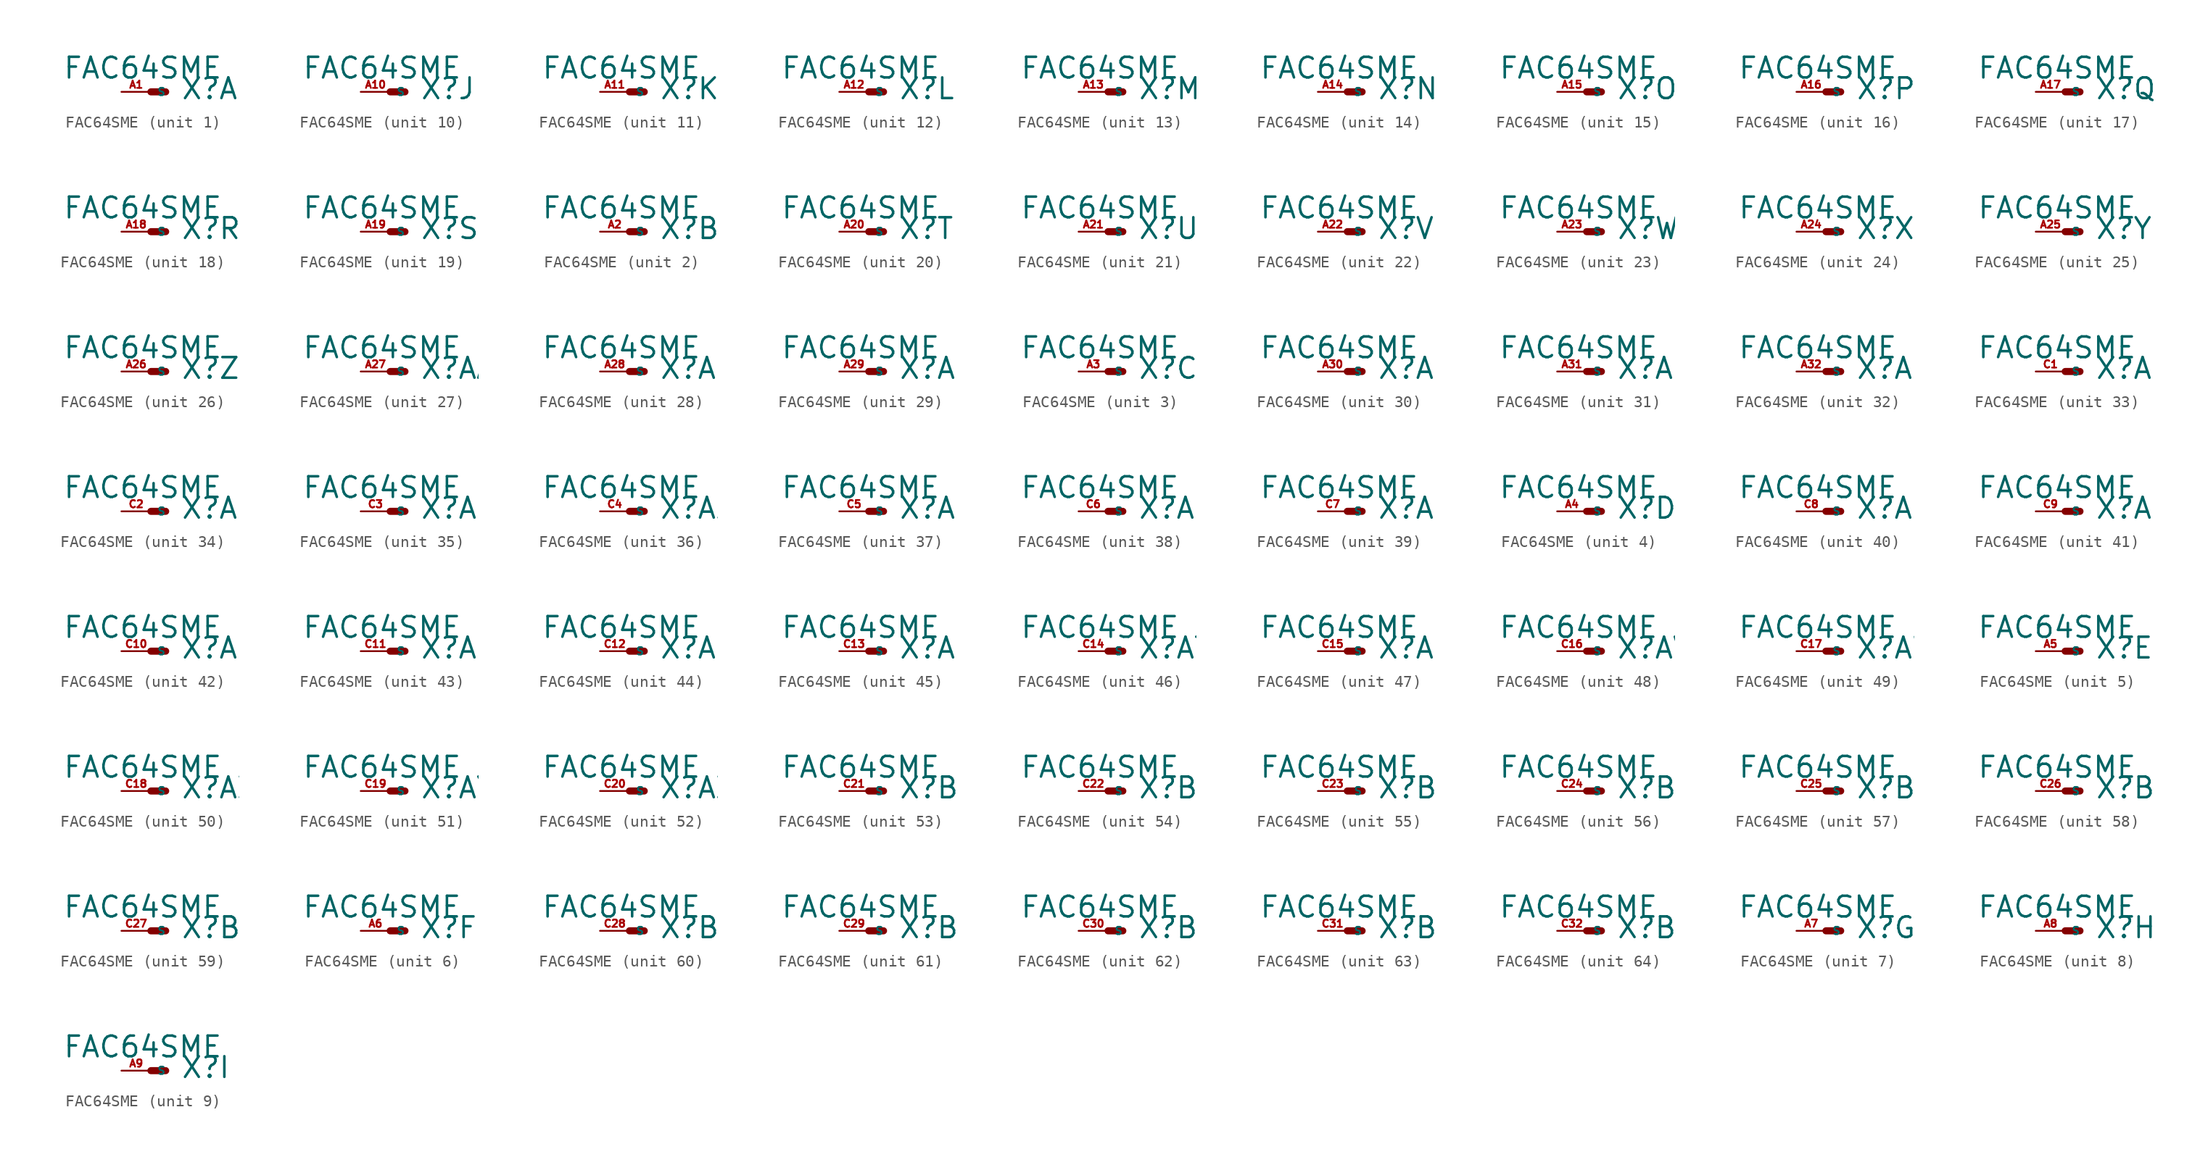
<source format=kicad_sym>
(kicad_symbol_lib
  (version 20220914)
  (generator Eagle2Kicad)
  (symbol "FAC64SME"
    (property "Reference" "X"
      (at 2.54 -0.762 0)
      (effects (font (size 1.778 1.778) (thickness 0.22)) (justify left bottom)))
    (property "Value" "FAC64SME"
      (at -7.62 1.016 0)
      (effects (font (size 1.778 1.778) (thickness 0.22)) (justify left bottom)))
    (symbol "FAC64SME_1_0"
      (polyline (pts (xy 0 0) (xy 1.27 0)) (stroke (width 0.61) (type default)) (fill (type none)))
      (pin passive line (at -2.54 0 0) (length 2.54) (name "S" (effects (font (size 0.635 0.635) (thickness 0.08)) (justify left bottom))) (number "A1" (effects (font (size 0.635 0.635) (thickness 0.08)) (justify left bottom)))))
    (symbol "FAC64SME_2_0"
      (polyline (pts (xy 0 0) (xy 1.27 0)) (stroke (width 0.61) (type default)) (fill (type none)))
      (pin passive line (at -2.54 0 0) (length 2.54) (name "S" (effects (font (size 0.635 0.635) (thickness 0.08)) (justify left bottom))) (number "A2" (effects (font (size 0.635 0.635) (thickness 0.08)) (justify left bottom)))))
    (symbol "FAC64SME_3_0"
      (polyline (pts (xy 0 0) (xy 1.27 0)) (stroke (width 0.61) (type default)) (fill (type none)))
      (pin passive line (at -2.54 0 0) (length 2.54) (name "S" (effects (font (size 0.635 0.635) (thickness 0.08)) (justify left bottom))) (number "A3" (effects (font (size 0.635 0.635) (thickness 0.08)) (justify left bottom)))))
    (symbol "FAC64SME_4_0"
      (polyline (pts (xy 0 0) (xy 1.27 0)) (stroke (width 0.61) (type default)) (fill (type none)))
      (pin passive line (at -2.54 0 0) (length 2.54) (name "S" (effects (font (size 0.635 0.635) (thickness 0.08)) (justify left bottom))) (number "A4" (effects (font (size 0.635 0.635) (thickness 0.08)) (justify left bottom)))))
    (symbol "FAC64SME_5_0"
      (polyline (pts (xy 0 0) (xy 1.27 0)) (stroke (width 0.61) (type default)) (fill (type none)))
      (pin passive line (at -2.54 0 0) (length 2.54) (name "S" (effects (font (size 0.635 0.635) (thickness 0.08)) (justify left bottom))) (number "A5" (effects (font (size 0.635 0.635) (thickness 0.08)) (justify left bottom)))))
    (symbol "FAC64SME_6_0"
      (polyline (pts (xy 0 0) (xy 1.27 0)) (stroke (width 0.61) (type default)) (fill (type none)))
      (pin passive line (at -2.54 0 0) (length 2.54) (name "S" (effects (font (size 0.635 0.635) (thickness 0.08)) (justify left bottom))) (number "A6" (effects (font (size 0.635 0.635) (thickness 0.08)) (justify left bottom)))))
    (symbol "FAC64SME_7_0"
      (polyline (pts (xy 0 0) (xy 1.27 0)) (stroke (width 0.61) (type default)) (fill (type none)))
      (pin passive line (at -2.54 0 0) (length 2.54) (name "S" (effects (font (size 0.635 0.635) (thickness 0.08)) (justify left bottom))) (number "A7" (effects (font (size 0.635 0.635) (thickness 0.08)) (justify left bottom)))))
    (symbol "FAC64SME_8_0"
      (polyline (pts (xy 0 0) (xy 1.27 0)) (stroke (width 0.61) (type default)) (fill (type none)))
      (pin passive line (at -2.54 0 0) (length 2.54) (name "S" (effects (font (size 0.635 0.635) (thickness 0.08)) (justify left bottom))) (number "A8" (effects (font (size 0.635 0.635) (thickness 0.08)) (justify left bottom)))))
    (symbol "FAC64SME_9_0"
      (polyline (pts (xy 0 0) (xy 1.27 0)) (stroke (width 0.61) (type default)) (fill (type none)))
      (pin passive line (at -2.54 0 0) (length 2.54) (name "S" (effects (font (size 0.635 0.635) (thickness 0.08)) (justify left bottom))) (number "A9" (effects (font (size 0.635 0.635) (thickness 0.08)) (justify left bottom)))))
    (symbol "FAC64SME_10_0"
      (polyline (pts (xy 0 0) (xy 1.27 0)) (stroke (width 0.61) (type default)) (fill (type none)))
      (pin passive line (at -2.54 0 0) (length 2.54) (name "S" (effects (font (size 0.635 0.635) (thickness 0.08)) (justify left bottom))) (number "A10" (effects (font (size 0.635 0.635) (thickness 0.08)) (justify left bottom)))))
    (symbol "FAC64SME_11_0"
      (polyline (pts (xy 0 0) (xy 1.27 0)) (stroke (width 0.61) (type default)) (fill (type none)))
      (pin passive line (at -2.54 0 0) (length 2.54) (name "S" (effects (font (size 0.635 0.635) (thickness 0.08)) (justify left bottom))) (number "A11" (effects (font (size 0.635 0.635) (thickness 0.08)) (justify left bottom)))))
    (symbol "FAC64SME_12_0"
      (polyline (pts (xy 0 0) (xy 1.27 0)) (stroke (width 0.61) (type default)) (fill (type none)))
      (pin passive line (at -2.54 0 0) (length 2.54) (name "S" (effects (font (size 0.635 0.635) (thickness 0.08)) (justify left bottom))) (number "A12" (effects (font (size 0.635 0.635) (thickness 0.08)) (justify left bottom)))))
    (symbol "FAC64SME_13_0"
      (polyline (pts (xy 0 0) (xy 1.27 0)) (stroke (width 0.61) (type default)) (fill (type none)))
      (pin passive line (at -2.54 0 0) (length 2.54) (name "S" (effects (font (size 0.635 0.635) (thickness 0.08)) (justify left bottom))) (number "A13" (effects (font (size 0.635 0.635) (thickness 0.08)) (justify left bottom)))))
    (symbol "FAC64SME_14_0"
      (polyline (pts (xy 0 0) (xy 1.27 0)) (stroke (width 0.61) (type default)) (fill (type none)))
      (pin passive line (at -2.54 0 0) (length 2.54) (name "S" (effects (font (size 0.635 0.635) (thickness 0.08)) (justify left bottom))) (number "A14" (effects (font (size 0.635 0.635) (thickness 0.08)) (justify left bottom)))))
    (symbol "FAC64SME_15_0"
      (polyline (pts (xy 0 0) (xy 1.27 0)) (stroke (width 0.61) (type default)) (fill (type none)))
      (pin passive line (at -2.54 0 0) (length 2.54) (name "S" (effects (font (size 0.635 0.635) (thickness 0.08)) (justify left bottom))) (number "A15" (effects (font (size 0.635 0.635) (thickness 0.08)) (justify left bottom)))))
    (symbol "FAC64SME_16_0"
      (polyline (pts (xy 0 0) (xy 1.27 0)) (stroke (width 0.61) (type default)) (fill (type none)))
      (pin passive line (at -2.54 0 0) (length 2.54) (name "S" (effects (font (size 0.635 0.635) (thickness 0.08)) (justify left bottom))) (number "A16" (effects (font (size 0.635 0.635) (thickness 0.08)) (justify left bottom)))))
    (symbol "FAC64SME_17_0"
      (polyline (pts (xy 0 0) (xy 1.27 0)) (stroke (width 0.61) (type default)) (fill (type none)))
      (pin passive line (at -2.54 0 0) (length 2.54) (name "S" (effects (font (size 0.635 0.635) (thickness 0.08)) (justify left bottom))) (number "A17" (effects (font (size 0.635 0.635) (thickness 0.08)) (justify left bottom)))))
    (symbol "FAC64SME_18_0"
      (polyline (pts (xy 0 0) (xy 1.27 0)) (stroke (width 0.61) (type default)) (fill (type none)))
      (pin passive line (at -2.54 0 0) (length 2.54) (name "S" (effects (font (size 0.635 0.635) (thickness 0.08)) (justify left bottom))) (number "A18" (effects (font (size 0.635 0.635) (thickness 0.08)) (justify left bottom)))))
    (symbol "FAC64SME_19_0"
      (polyline (pts (xy 0 0) (xy 1.27 0)) (stroke (width 0.61) (type default)) (fill (type none)))
      (pin passive line (at -2.54 0 0) (length 2.54) (name "S" (effects (font (size 0.635 0.635) (thickness 0.08)) (justify left bottom))) (number "A19" (effects (font (size 0.635 0.635) (thickness 0.08)) (justify left bottom)))))
    (symbol "FAC64SME_20_0"
      (polyline (pts (xy 0 0) (xy 1.27 0)) (stroke (width 0.61) (type default)) (fill (type none)))
      (pin passive line (at -2.54 0 0) (length 2.54) (name "S" (effects (font (size 0.635 0.635) (thickness 0.08)) (justify left bottom))) (number "A20" (effects (font (size 0.635 0.635) (thickness 0.08)) (justify left bottom)))))
    (symbol "FAC64SME_21_0"
      (polyline (pts (xy 0 0) (xy 1.27 0)) (stroke (width 0.61) (type default)) (fill (type none)))
      (pin passive line (at -2.54 0 0) (length 2.54) (name "S" (effects (font (size 0.635 0.635) (thickness 0.08)) (justify left bottom))) (number "A21" (effects (font (size 0.635 0.635) (thickness 0.08)) (justify left bottom)))))
    (symbol "FAC64SME_22_0"
      (polyline (pts (xy 0 0) (xy 1.27 0)) (stroke (width 0.61) (type default)) (fill (type none)))
      (pin passive line (at -2.54 0 0) (length 2.54) (name "S" (effects (font (size 0.635 0.635) (thickness 0.08)) (justify left bottom))) (number "A22" (effects (font (size 0.635 0.635) (thickness 0.08)) (justify left bottom)))))
    (symbol "FAC64SME_23_0"
      (polyline (pts (xy 0 0) (xy 1.27 0)) (stroke (width 0.61) (type default)) (fill (type none)))
      (pin passive line (at -2.54 0 0) (length 2.54) (name "S" (effects (font (size 0.635 0.635) (thickness 0.08)) (justify left bottom))) (number "A23" (effects (font (size 0.635 0.635) (thickness 0.08)) (justify left bottom)))))
    (symbol "FAC64SME_24_0"
      (polyline (pts (xy 0 0) (xy 1.27 0)) (stroke (width 0.61) (type default)) (fill (type none)))
      (pin passive line (at -2.54 0 0) (length 2.54) (name "S" (effects (font (size 0.635 0.635) (thickness 0.08)) (justify left bottom))) (number "A24" (effects (font (size 0.635 0.635) (thickness 0.08)) (justify left bottom)))))
    (symbol "FAC64SME_25_0"
      (polyline (pts (xy 0 0) (xy 1.27 0)) (stroke (width 0.61) (type default)) (fill (type none)))
      (pin passive line (at -2.54 0 0) (length 2.54) (name "S" (effects (font (size 0.635 0.635) (thickness 0.08)) (justify left bottom))) (number "A25" (effects (font (size 0.635 0.635) (thickness 0.08)) (justify left bottom)))))
    (symbol "FAC64SME_26_0"
      (polyline (pts (xy 0 0) (xy 1.27 0)) (stroke (width 0.61) (type default)) (fill (type none)))
      (pin passive line (at -2.54 0 0) (length 2.54) (name "S" (effects (font (size 0.635 0.635) (thickness 0.08)) (justify left bottom))) (number "A26" (effects (font (size 0.635 0.635) (thickness 0.08)) (justify left bottom)))))
    (symbol "FAC64SME_27_0"
      (polyline (pts (xy 0 0) (xy 1.27 0)) (stroke (width 0.61) (type default)) (fill (type none)))
      (pin passive line (at -2.54 0 0) (length 2.54) (name "S" (effects (font (size 0.635 0.635) (thickness 0.08)) (justify left bottom))) (number "A27" (effects (font (size 0.635 0.635) (thickness 0.08)) (justify left bottom)))))
    (symbol "FAC64SME_28_0"
      (polyline (pts (xy 0 0) (xy 1.27 0)) (stroke (width 0.61) (type default)) (fill (type none)))
      (pin passive line (at -2.54 0 0) (length 2.54) (name "S" (effects (font (size 0.635 0.635) (thickness 0.08)) (justify left bottom))) (number "A28" (effects (font (size 0.635 0.635) (thickness 0.08)) (justify left bottom)))))
    (symbol "FAC64SME_29_0"
      (polyline (pts (xy 0 0) (xy 1.27 0)) (stroke (width 0.61) (type default)) (fill (type none)))
      (pin passive line (at -2.54 0 0) (length 2.54) (name "S" (effects (font (size 0.635 0.635) (thickness 0.08)) (justify left bottom))) (number "A29" (effects (font (size 0.635 0.635) (thickness 0.08)) (justify left bottom)))))
    (symbol "FAC64SME_30_0"
      (polyline (pts (xy 0 0) (xy 1.27 0)) (stroke (width 0.61) (type default)) (fill (type none)))
      (pin passive line (at -2.54 0 0) (length 2.54) (name "S" (effects (font (size 0.635 0.635) (thickness 0.08)) (justify left bottom))) (number "A30" (effects (font (size 0.635 0.635) (thickness 0.08)) (justify left bottom)))))
    (symbol "FAC64SME_31_0"
      (polyline (pts (xy 0 0) (xy 1.27 0)) (stroke (width 0.61) (type default)) (fill (type none)))
      (pin passive line (at -2.54 0 0) (length 2.54) (name "S" (effects (font (size 0.635 0.635) (thickness 0.08)) (justify left bottom))) (number "A31" (effects (font (size 0.635 0.635) (thickness 0.08)) (justify left bottom)))))
    (symbol "FAC64SME_32_0"
      (polyline (pts (xy 0 0) (xy 1.27 0)) (stroke (width 0.61) (type default)) (fill (type none)))
      (pin passive line (at -2.54 0 0) (length 2.54) (name "S" (effects (font (size 0.635 0.635) (thickness 0.08)) (justify left bottom))) (number "A32" (effects (font (size 0.635 0.635) (thickness 0.08)) (justify left bottom)))))
    (symbol "FAC64SME_33_0"
      (polyline (pts (xy 0 0) (xy 1.27 0)) (stroke (width 0.61) (type default)) (fill (type none)))
      (pin passive line (at -2.54 0 0) (length 2.54) (name "S" (effects (font (size 0.635 0.635) (thickness 0.08)) (justify left bottom))) (number "C1" (effects (font (size 0.635 0.635) (thickness 0.08)) (justify left bottom)))))
    (symbol "FAC64SME_34_0"
      (polyline (pts (xy 0 0) (xy 1.27 0)) (stroke (width 0.61) (type default)) (fill (type none)))
      (pin passive line (at -2.54 0 0) (length 2.54) (name "S" (effects (font (size 0.635 0.635) (thickness 0.08)) (justify left bottom))) (number "C2" (effects (font (size 0.635 0.635) (thickness 0.08)) (justify left bottom)))))
    (symbol "FAC64SME_35_0"
      (polyline (pts (xy 0 0) (xy 1.27 0)) (stroke (width 0.61) (type default)) (fill (type none)))
      (pin passive line (at -2.54 0 0) (length 2.54) (name "S" (effects (font (size 0.635 0.635) (thickness 0.08)) (justify left bottom))) (number "C3" (effects (font (size 0.635 0.635) (thickness 0.08)) (justify left bottom)))))
    (symbol "FAC64SME_36_0"
      (polyline (pts (xy 0 0) (xy 1.27 0)) (stroke (width 0.61) (type default)) (fill (type none)))
      (pin passive line (at -2.54 0 0) (length 2.54) (name "S" (effects (font (size 0.635 0.635) (thickness 0.08)) (justify left bottom))) (number "C4" (effects (font (size 0.635 0.635) (thickness 0.08)) (justify left bottom)))))
    (symbol "FAC64SME_37_0"
      (polyline (pts (xy 0 0) (xy 1.27 0)) (stroke (width 0.61) (type default)) (fill (type none)))
      (pin passive line (at -2.54 0 0) (length 2.54) (name "S" (effects (font (size 0.635 0.635) (thickness 0.08)) (justify left bottom))) (number "C5" (effects (font (size 0.635 0.635) (thickness 0.08)) (justify left bottom)))))
    (symbol "FAC64SME_38_0"
      (polyline (pts (xy 0 0) (xy 1.27 0)) (stroke (width 0.61) (type default)) (fill (type none)))
      (pin passive line (at -2.54 0 0) (length 2.54) (name "S" (effects (font (size 0.635 0.635) (thickness 0.08)) (justify left bottom))) (number "C6" (effects (font (size 0.635 0.635) (thickness 0.08)) (justify left bottom)))))
    (symbol "FAC64SME_39_0"
      (polyline (pts (xy 0 0) (xy 1.27 0)) (stroke (width 0.61) (type default)) (fill (type none)))
      (pin passive line (at -2.54 0 0) (length 2.54) (name "S" (effects (font (size 0.635 0.635) (thickness 0.08)) (justify left bottom))) (number "C7" (effects (font (size 0.635 0.635) (thickness 0.08)) (justify left bottom)))))
    (symbol "FAC64SME_40_0"
      (polyline (pts (xy 0 0) (xy 1.27 0)) (stroke (width 0.61) (type default)) (fill (type none)))
      (pin passive line (at -2.54 0 0) (length 2.54) (name "S" (effects (font (size 0.635 0.635) (thickness 0.08)) (justify left bottom))) (number "C8" (effects (font (size 0.635 0.635) (thickness 0.08)) (justify left bottom)))))
    (symbol "FAC64SME_41_0"
      (polyline (pts (xy 0 0) (xy 1.27 0)) (stroke (width 0.61) (type default)) (fill (type none)))
      (pin passive line (at -2.54 0 0) (length 2.54) (name "S" (effects (font (size 0.635 0.635) (thickness 0.08)) (justify left bottom))) (number "C9" (effects (font (size 0.635 0.635) (thickness 0.08)) (justify left bottom)))))
    (symbol "FAC64SME_42_0"
      (polyline (pts (xy 0 0) (xy 1.27 0)) (stroke (width 0.61) (type default)) (fill (type none)))
      (pin passive line (at -2.54 0 0) (length 2.54) (name "S" (effects (font (size 0.635 0.635) (thickness 0.08)) (justify left bottom))) (number "C10" (effects (font (size 0.635 0.635) (thickness 0.08)) (justify left bottom)))))
    (symbol "FAC64SME_43_0"
      (polyline (pts (xy 0 0) (xy 1.27 0)) (stroke (width 0.61) (type default)) (fill (type none)))
      (pin passive line (at -2.54 0 0) (length 2.54) (name "S" (effects (font (size 0.635 0.635) (thickness 0.08)) (justify left bottom))) (number "C11" (effects (font (size 0.635 0.635) (thickness 0.08)) (justify left bottom)))))
    (symbol "FAC64SME_44_0"
      (polyline (pts (xy 0 0) (xy 1.27 0)) (stroke (width 0.61) (type default)) (fill (type none)))
      (pin passive line (at -2.54 0 0) (length 2.54) (name "S" (effects (font (size 0.635 0.635) (thickness 0.08)) (justify left bottom))) (number "C12" (effects (font (size 0.635 0.635) (thickness 0.08)) (justify left bottom)))))
    (symbol "FAC64SME_45_0"
      (polyline (pts (xy 0 0) (xy 1.27 0)) (stroke (width 0.61) (type default)) (fill (type none)))
      (pin passive line (at -2.54 0 0) (length 2.54) (name "S" (effects (font (size 0.635 0.635) (thickness 0.08)) (justify left bottom))) (number "C13" (effects (font (size 0.635 0.635) (thickness 0.08)) (justify left bottom)))))
    (symbol "FAC64SME_46_0"
      (polyline (pts (xy 0 0) (xy 1.27 0)) (stroke (width 0.61) (type default)) (fill (type none)))
      (pin passive line (at -2.54 0 0) (length 2.54) (name "S" (effects (font (size 0.635 0.635) (thickness 0.08)) (justify left bottom))) (number "C14" (effects (font (size 0.635 0.635) (thickness 0.08)) (justify left bottom)))))
    (symbol "FAC64SME_47_0"
      (polyline (pts (xy 0 0) (xy 1.27 0)) (stroke (width 0.61) (type default)) (fill (type none)))
      (pin passive line (at -2.54 0 0) (length 2.54) (name "S" (effects (font (size 0.635 0.635) (thickness 0.08)) (justify left bottom))) (number "C15" (effects (font (size 0.635 0.635) (thickness 0.08)) (justify left bottom)))))
    (symbol "FAC64SME_48_0"
      (polyline (pts (xy 0 0) (xy 1.27 0)) (stroke (width 0.61) (type default)) (fill (type none)))
      (pin passive line (at -2.54 0 0) (length 2.54) (name "S" (effects (font (size 0.635 0.635) (thickness 0.08)) (justify left bottom))) (number "C16" (effects (font (size 0.635 0.635) (thickness 0.08)) (justify left bottom)))))
    (symbol "FAC64SME_49_0"
      (polyline (pts (xy 0 0) (xy 1.27 0)) (stroke (width 0.61) (type default)) (fill (type none)))
      (pin passive line (at -2.54 0 0) (length 2.54) (name "S" (effects (font (size 0.635 0.635) (thickness 0.08)) (justify left bottom))) (number "C17" (effects (font (size 0.635 0.635) (thickness 0.08)) (justify left bottom)))))
    (symbol "FAC64SME_50_0"
      (polyline (pts (xy 0 0) (xy 1.27 0)) (stroke (width 0.61) (type default)) (fill (type none)))
      (pin passive line (at -2.54 0 0) (length 2.54) (name "S" (effects (font (size 0.635 0.635) (thickness 0.08)) (justify left bottom))) (number "C18" (effects (font (size 0.635 0.635) (thickness 0.08)) (justify left bottom)))))
    (symbol "FAC64SME_51_0"
      (polyline (pts (xy 0 0) (xy 1.27 0)) (stroke (width 0.61) (type default)) (fill (type none)))
      (pin passive line (at -2.54 0 0) (length 2.54) (name "S" (effects (font (size 0.635 0.635) (thickness 0.08)) (justify left bottom))) (number "C19" (effects (font (size 0.635 0.635) (thickness 0.08)) (justify left bottom)))))
    (symbol "FAC64SME_52_0"
      (polyline (pts (xy 0 0) (xy 1.27 0)) (stroke (width 0.61) (type default)) (fill (type none)))
      (pin passive line (at -2.54 0 0) (length 2.54) (name "S" (effects (font (size 0.635 0.635) (thickness 0.08)) (justify left bottom))) (number "C20" (effects (font (size 0.635 0.635) (thickness 0.08)) (justify left bottom)))))
    (symbol "FAC64SME_53_0"
      (polyline (pts (xy 0 0) (xy 1.27 0)) (stroke (width 0.61) (type default)) (fill (type none)))
      (pin passive line (at -2.54 0 0) (length 2.54) (name "S" (effects (font (size 0.635 0.635) (thickness 0.08)) (justify left bottom))) (number "C21" (effects (font (size 0.635 0.635) (thickness 0.08)) (justify left bottom)))))
    (symbol "FAC64SME_54_0"
      (polyline (pts (xy 0 0) (xy 1.27 0)) (stroke (width 0.61) (type default)) (fill (type none)))
      (pin passive line (at -2.54 0 0) (length 2.54) (name "S" (effects (font (size 0.635 0.635) (thickness 0.08)) (justify left bottom))) (number "C22" (effects (font (size 0.635 0.635) (thickness 0.08)) (justify left bottom)))))
    (symbol "FAC64SME_55_0"
      (polyline (pts (xy 0 0) (xy 1.27 0)) (stroke (width 0.61) (type default)) (fill (type none)))
      (pin passive line (at -2.54 0 0) (length 2.54) (name "S" (effects (font (size 0.635 0.635) (thickness 0.08)) (justify left bottom))) (number "C23" (effects (font (size 0.635 0.635) (thickness 0.08)) (justify left bottom)))))
    (symbol "FAC64SME_56_0"
      (polyline (pts (xy 0 0) (xy 1.27 0)) (stroke (width 0.61) (type default)) (fill (type none)))
      (pin passive line (at -2.54 0 0) (length 2.54) (name "S" (effects (font (size 0.635 0.635) (thickness 0.08)) (justify left bottom))) (number "C24" (effects (font (size 0.635 0.635) (thickness 0.08)) (justify left bottom)))))
    (symbol "FAC64SME_57_0"
      (polyline (pts (xy 0 0) (xy 1.27 0)) (stroke (width 0.61) (type default)) (fill (type none)))
      (pin passive line (at -2.54 0 0) (length 2.54) (name "S" (effects (font (size 0.635 0.635) (thickness 0.08)) (justify left bottom))) (number "C25" (effects (font (size 0.635 0.635) (thickness 0.08)) (justify left bottom)))))
    (symbol "FAC64SME_58_0"
      (polyline (pts (xy 0 0) (xy 1.27 0)) (stroke (width 0.61) (type default)) (fill (type none)))
      (pin passive line (at -2.54 0 0) (length 2.54) (name "S" (effects (font (size 0.635 0.635) (thickness 0.08)) (justify left bottom))) (number "C26" (effects (font (size 0.635 0.635) (thickness 0.08)) (justify left bottom)))))
    (symbol "FAC64SME_59_0"
      (polyline (pts (xy 0 0) (xy 1.27 0)) (stroke (width 0.61) (type default)) (fill (type none)))
      (pin passive line (at -2.54 0 0) (length 2.54) (name "S" (effects (font (size 0.635 0.635) (thickness 0.08)) (justify left bottom))) (number "C27" (effects (font (size 0.635 0.635) (thickness 0.08)) (justify left bottom)))))
    (symbol "FAC64SME_60_0"
      (polyline (pts (xy 0 0) (xy 1.27 0)) (stroke (width 0.61) (type default)) (fill (type none)))
      (pin passive line (at -2.54 0 0) (length 2.54) (name "S" (effects (font (size 0.635 0.635) (thickness 0.08)) (justify left bottom))) (number "C28" (effects (font (size 0.635 0.635) (thickness 0.08)) (justify left bottom)))))
    (symbol "FAC64SME_61_0"
      (polyline (pts (xy 0 0) (xy 1.27 0)) (stroke (width 0.61) (type default)) (fill (type none)))
      (pin passive line (at -2.54 0 0) (length 2.54) (name "S" (effects (font (size 0.635 0.635) (thickness 0.08)) (justify left bottom))) (number "C29" (effects (font (size 0.635 0.635) (thickness 0.08)) (justify left bottom)))))
    (symbol "FAC64SME_62_0"
      (polyline (pts (xy 0 0) (xy 1.27 0)) (stroke (width 0.61) (type default)) (fill (type none)))
      (pin passive line (at -2.54 0 0) (length 2.54) (name "S" (effects (font (size 0.635 0.635) (thickness 0.08)) (justify left bottom))) (number "C30" (effects (font (size 0.635 0.635) (thickness 0.08)) (justify left bottom)))))
    (symbol "FAC64SME_63_0"
      (polyline (pts (xy 0 0) (xy 1.27 0)) (stroke (width 0.61) (type default)) (fill (type none)))
      (pin passive line (at -2.54 0 0) (length 2.54) (name "S" (effects (font (size 0.635 0.635) (thickness 0.08)) (justify left bottom))) (number "C31" (effects (font (size 0.635 0.635) (thickness 0.08)) (justify left bottom)))))
    (symbol "FAC64SME_64_0"
      (polyline (pts (xy 0 0) (xy 1.27 0)) (stroke (width 0.61) (type default)) (fill (type none)))
      (pin passive line (at -2.54 0 0) (length 2.54) (name "S" (effects (font (size 0.635 0.635) (thickness 0.08)) (justify left bottom))) (number "C32" (effects (font (size 0.635 0.635) (thickness 0.08)) (justify left bottom)))))))
</source>
